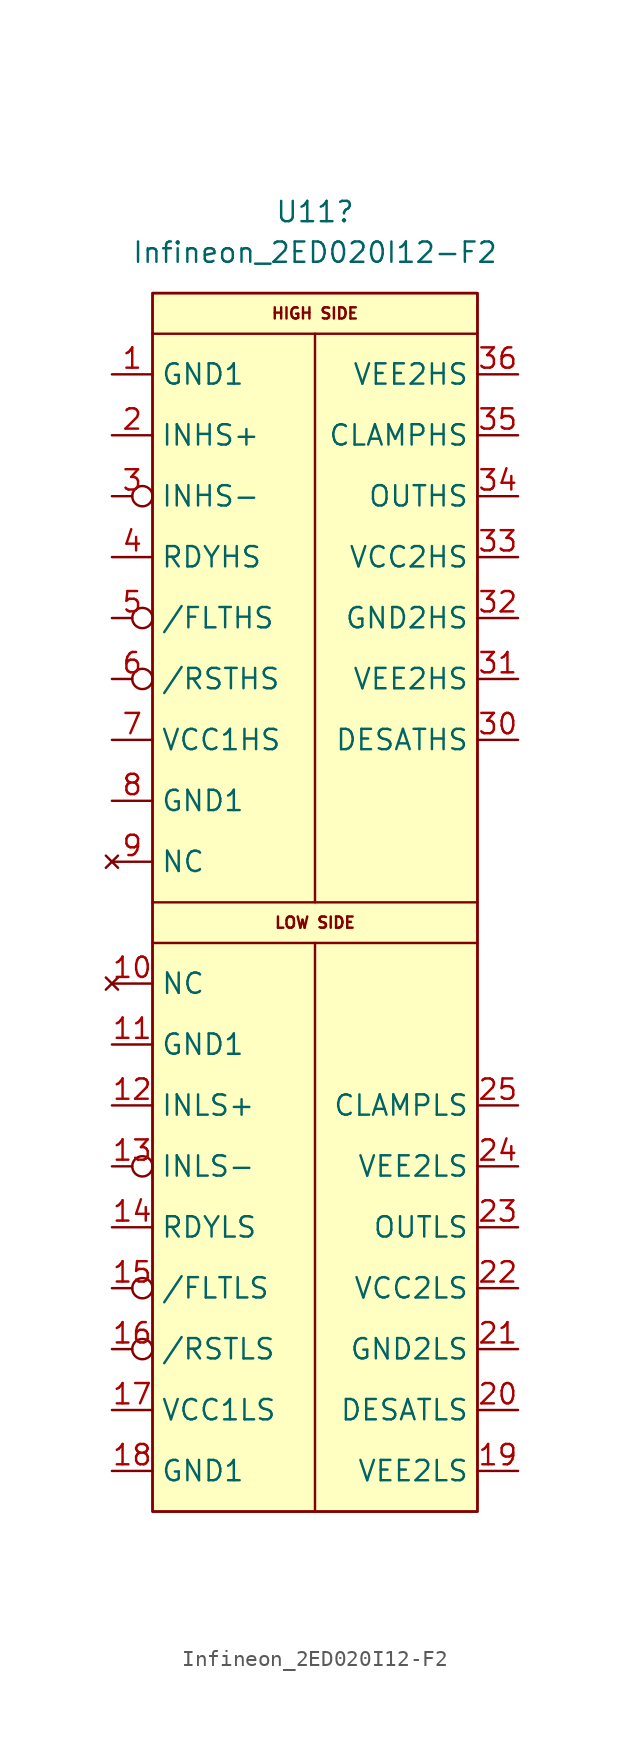
<source format=kicad_sym>
(kicad_symbol_lib
  (version 20211014)
  (generator kicad_symbol_editor)
  (symbol "Infineon_2ED020I12-F2"
    (property "Reference" "U11"
      (at -76.2 113.03 0)
      (effects (font (size 1.27 1.27))))
    (property "Value" "Infineon_2ED020I12-F2"
      (at -76.2 110.49 0)
      (effects (font (size 1.27 1.27))))
    (symbol "Infineon_2ED020I12-F2_0_0"
      (polyline (pts (xy -86.36 67.31) (xy -66.04 67.31)) (stroke (width 0) (type default) (color 0 0 0 0)) (fill (type none)))
      (polyline (pts (xy -86.36 105.41) (xy -66.04 105.41)) (stroke (width 0) (type default) (color 0 0 0 0)) (fill (type none)))
      (polyline (pts (xy -76.2 67.31) (xy -76.2 31.75)) (stroke (width 0) (type default) (color 0 0 0 0)) (fill (type none)))
      (polyline (pts (xy -76.2 105.41) (xy -76.2 69.85)) (stroke (width 0) (type default) (color 0 0 0 0)) (fill (type none)))
      (text "HIGH SIDE" (at -76.2 106.68 0) (effects (font (size 0.7 0.7))))
      (text "LOW SIDE" (at -76.2 68.58 0) (effects (font (size 0.7 0.7)))))
    (symbol "Infineon_2ED020I12-F2_0_1"
      (rectangle (start -86.36 107.95) (end -66.04 31.75) (stroke (width 0) (type default) (color 0 0 0 0)) (fill (type none)))
      (rectangle (start -86.36 107.95) (end -66.04 31.75) (stroke (width 0) (type default) (color 0 0 0 0)) (fill (type background)))
      (polyline (pts (xy -86.36 69.85) (xy -66.04 69.85)) (stroke (width 0) (type default) (color 0 0 0 0)) (fill (type none))))
    (symbol "Infineon_2ED020I12-F2_1_1"
      (pin power_in line (at -88.9 102.87 0) (length 2.54) (name "GND1" (effects (font (size 1.27 1.27)))) (number "1" (effects (font (size 1.27 1.27)))))
      (pin no_connect line (at -88.9 64.77 0) (length 2.54) (name "NC" (effects (font (size 1.27 1.27)))) (number "10" (effects (font (size 1.27 1.27)))))
      (pin power_in line (at -88.9 60.96 0) (length 2.54) (name "GND1" (effects (font (size 1.27 1.27)))) (number "11" (effects (font (size 1.27 1.27)))))
      (pin input line (at -88.9 57.15 0) (length 2.54) (name "INLS+" (effects (font (size 1.27 1.27)))) (number "12" (effects (font (size 1.27 1.27)))))
      (pin input inverted (at -88.9 53.34 0) (length 2.54) (name "INLS-" (effects (font (size 1.27 1.27)))) (number "13" (effects (font (size 1.27 1.27)))))
      (pin output line (at -88.9 49.53 0) (length 2.54) (name "RDYLS" (effects (font (size 1.27 1.27)))) (number "14" (effects (font (size 1.27 1.27)))))
      (pin output inverted (at -88.9 45.72 0) (length 2.54) (name "/FLTLS" (effects (font (size 1.27 1.27)))) (number "15" (effects (font (size 1.27 1.27)))))
      (pin input inverted (at -88.9 41.91 0) (length 2.54) (name "/RSTLS" (effects (font (size 1.27 1.27)))) (number "16" (effects (font (size 1.27 1.27)))))
      (pin power_in line (at -88.9 38.1 0) (length 2.54) (name "VCC1LS" (effects (font (size 1.27 1.27)))) (number "17" (effects (font (size 1.27 1.27)))))
      (pin power_in line (at -88.9 34.29 0) (length 2.54) (name "GND1" (effects (font (size 1.27 1.27)))) (number "18" (effects (font (size 1.27 1.27)))))
      (pin power_in line (at -63.5 34.29 180) (length 2.54) (name "VEE2LS" (effects (font (size 1.27 1.27)))) (number "19" (effects (font (size 1.27 1.27)))))
      (pin input line (at -88.9 99.06 0) (length 2.54) (name "INHS+" (effects (font (size 1.27 1.27)))) (number "2" (effects (font (size 1.27 1.27)))))
      (pin input line (at -63.5 38.1 180) (length 2.54) (name "DESATLS" (effects (font (size 1.27 1.27)))) (number "20" (effects (font (size 1.27 1.27)))))
      (pin power_in line (at -63.5 41.91 180) (length 2.54) (name "GND2LS" (effects (font (size 1.27 1.27)))) (number "21" (effects (font (size 1.27 1.27)))))
      (pin power_in line (at -63.5 45.72 180) (length 2.54) (name "VCC2LS" (effects (font (size 1.27 1.27)))) (number "22" (effects (font (size 1.27 1.27)))))
      (pin power_out line (at -63.5 49.53 180) (length 2.54) (name "OUTLS" (effects (font (size 1.27 1.27)))) (number "23" (effects (font (size 1.27 1.27)))))
      (pin power_in line (at -63.5 53.34 180) (length 2.54) (name "VEE2LS" (effects (font (size 1.27 1.27)))) (number "24" (effects (font (size 1.27 1.27)))))
      (pin input line (at -63.5 57.15 180) (length 2.54) (name "CLAMPLS" (effects (font (size 1.27 1.27)))) (number "25" (effects (font (size 1.27 1.27)))))
      (pin input inverted (at -88.9 95.25 0) (length 2.54) (name "INHS-" (effects (font (size 1.27 1.27)))) (number "3" (effects (font (size 1.27 1.27)))))
      (pin input line (at -63.5 80.01 180) (length 2.54) (name "DESATHS" (effects (font (size 1.27 1.27)))) (number "30" (effects (font (size 1.27 1.27)))))
      (pin power_in line (at -63.5 83.82 180) (length 2.54) (name "VEE2HS" (effects (font (size 1.27 1.27)))) (number "31" (effects (font (size 1.27 1.27)))))
      (pin power_in line (at -63.5 87.63 180) (length 2.54) (name "GND2HS" (effects (font (size 1.27 1.27)))) (number "32" (effects (font (size 1.27 1.27)))))
      (pin power_in line (at -63.5 91.44 180) (length 2.54) (name "VCC2HS" (effects (font (size 1.27 1.27)))) (number "33" (effects (font (size 1.27 1.27)))))
      (pin power_out line (at -63.5 95.25 180) (length 2.54) (name "OUTHS" (effects (font (size 1.27 1.27)))) (number "34" (effects (font (size 1.27 1.27)))))
      (pin input line (at -63.5 99.06 180) (length 2.54) (name "CLAMPHS" (effects (font (size 1.27 1.27)))) (number "35" (effects (font (size 1.27 1.27)))))
      (pin power_in line (at -63.5 102.87 180) (length 2.54) (name "VEE2HS" (effects (font (size 1.27 1.27)))) (number "36" (effects (font (size 1.27 1.27)))))
      (pin output line (at -88.9 91.44 0) (length 2.54) (name "RDYHS" (effects (font (size 1.27 1.27)))) (number "4" (effects (font (size 1.27 1.27)))))
      (pin output inverted (at -88.9 87.63 0) (length 2.54) (name "/FLTHS" (effects (font (size 1.27 1.27)))) (number "5" (effects (font (size 1.27 1.27)))))
      (pin input inverted (at -88.9 83.82 0) (length 2.54) (name "/RSTHS" (effects (font (size 1.27 1.27)))) (number "6" (effects (font (size 1.27 1.27)))))
      (pin power_in line (at -88.9 80.01 0) (length 2.54) (name "VCC1HS" (effects (font (size 1.27 1.27)))) (number "7" (effects (font (size 1.27 1.27)))))
      (pin power_in line (at -88.9 76.2 0) (length 2.54) (name "GND1" (effects (font (size 1.27 1.27)))) (number "8" (effects (font (size 1.27 1.27)))))
      (pin no_connect line (at -88.9 72.39 0) (length 2.54) (name "NC" (effects (font (size 1.27 1.27)))) (number "9" (effects (font (size 1.27 1.27))))))))
</source>
